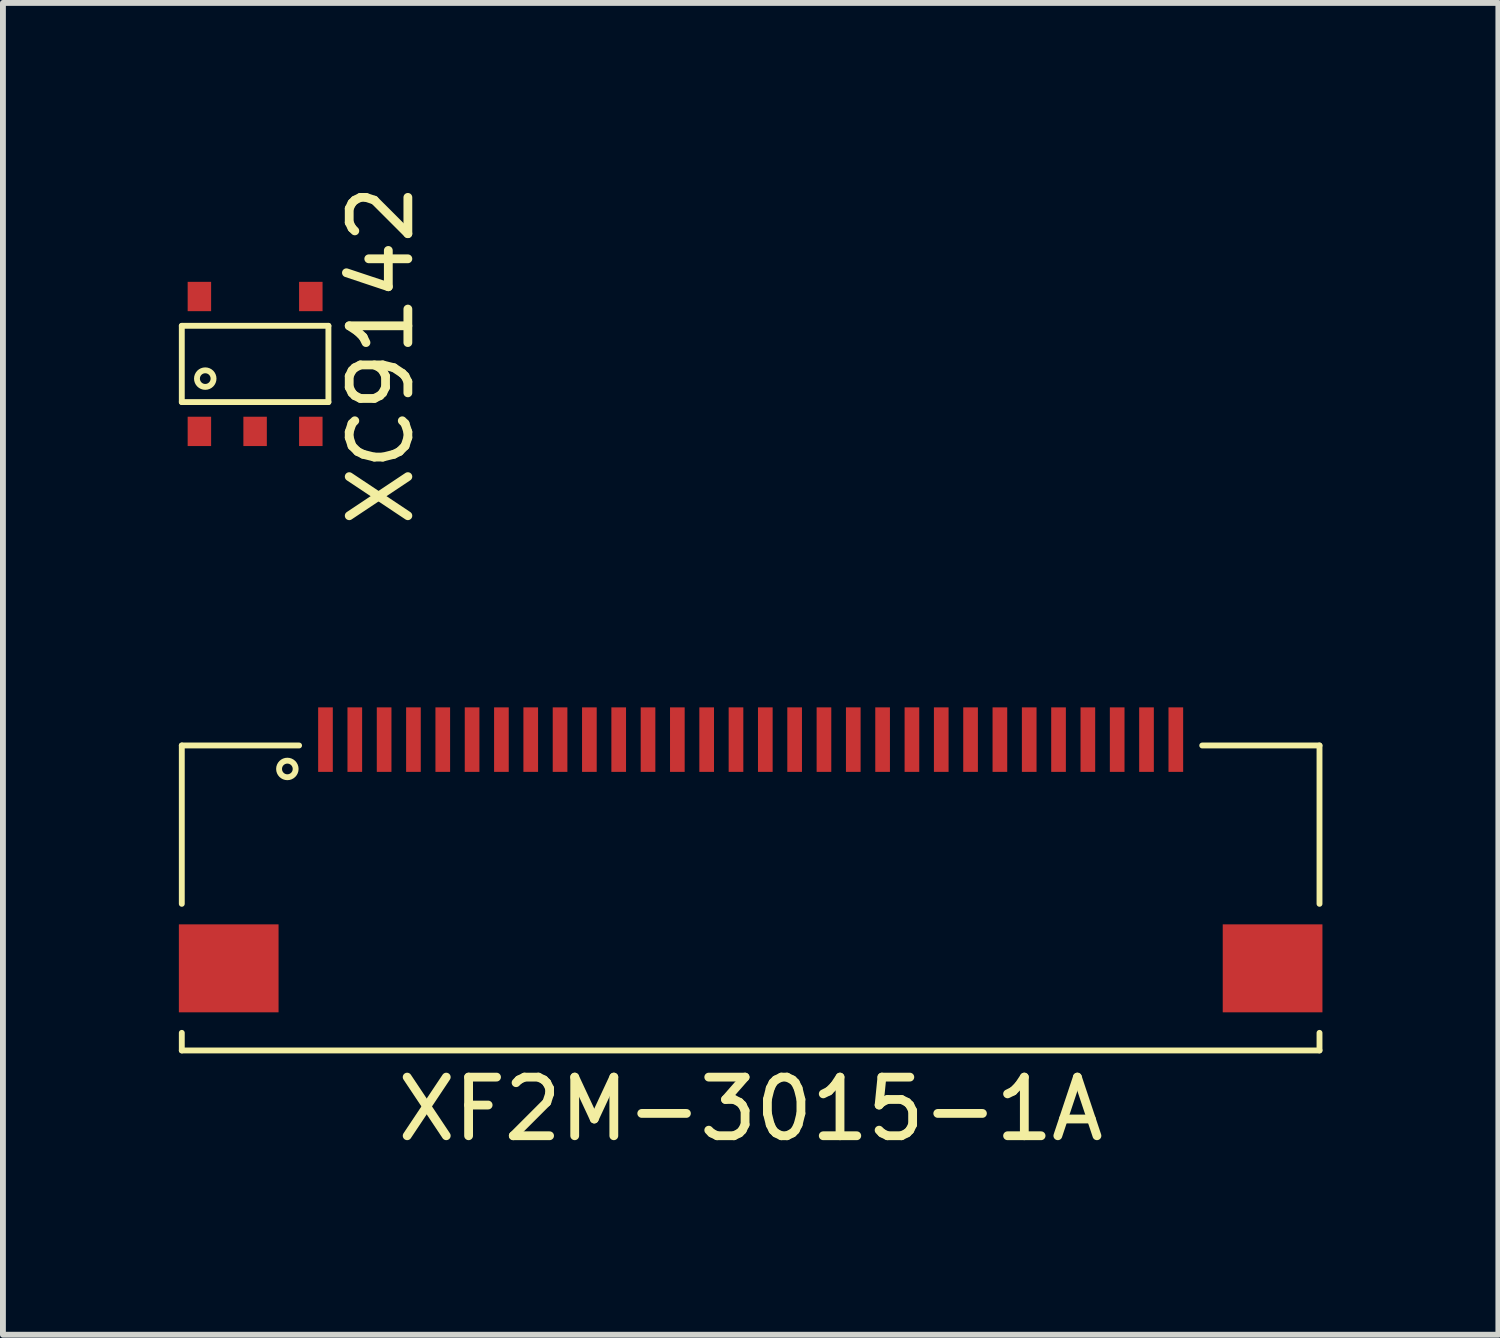
<source format=kicad_pcb>
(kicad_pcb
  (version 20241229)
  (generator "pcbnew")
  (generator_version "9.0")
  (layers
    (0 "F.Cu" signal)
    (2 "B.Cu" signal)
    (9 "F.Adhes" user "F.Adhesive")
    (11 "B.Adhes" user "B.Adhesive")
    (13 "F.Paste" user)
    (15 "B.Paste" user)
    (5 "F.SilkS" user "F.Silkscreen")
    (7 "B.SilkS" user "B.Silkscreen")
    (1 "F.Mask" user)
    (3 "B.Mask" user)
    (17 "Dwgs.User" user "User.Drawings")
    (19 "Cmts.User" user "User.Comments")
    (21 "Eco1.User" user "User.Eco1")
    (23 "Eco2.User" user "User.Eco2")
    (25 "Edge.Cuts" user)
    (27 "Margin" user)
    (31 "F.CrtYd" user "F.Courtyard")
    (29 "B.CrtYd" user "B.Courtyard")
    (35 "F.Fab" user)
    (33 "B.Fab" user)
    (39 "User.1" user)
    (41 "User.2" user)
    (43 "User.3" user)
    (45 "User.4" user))
  (footprint "XF2M-3015-1A"
    (layer "F.Cu")
    (at 9.75 9.562)
    (property "Reference" "XF2M-3015-1A" (at 0 6.3 0) (layer "F.SilkS") (effects (font (size 1 1) (thickness 0.15))))
    (attr through_hole)
    (fp_line (start -9.7 0.1) (end -9.7 2.8) (stroke (width 0.1) (type solid)) (layer "F.SilkS"))
    (fp_line (start -9.7 5) (end -9.7 5.3) (stroke (width 0.1) (type solid)) (layer "F.SilkS"))
    (fp_line (start -9.7 5.3) (end 9.7 5.3) (stroke (width 0.1) (type solid)) (layer "F.SilkS"))
    (fp_line (start -7.7 0.1) (end -9.7 0.1) (stroke (width 0.1) (type solid)) (layer "F.SilkS"))
    (fp_line (start 9.7 0.1) (end 7.7 0.1) (stroke (width 0.1) (type solid)) (layer "F.SilkS"))
    (fp_line (start 9.7 2.8) (end 9.7 0.1) (stroke (width 0.1) (type solid)) (layer "F.SilkS"))
    (fp_line (start 9.7 5.3) (end 9.7 5) (stroke (width 0.1) (type solid)) (layer "F.SilkS"))
    (fp_circle (center -7.9 0.5) (end -7.8 0.6) (stroke (width 0.1) (type solid)) (fill no) (layer "F.SilkS"))
    (pad "" smd rect (at -8.9 3.9) (size 1.7 1.5) (layers "F.Cu" "F.Mask" "F.Paste"))
    (pad "" smd rect (at 8.9 3.9) (size 1.7 1.5) (layers "F.Cu" "F.Mask" "F.Paste"))
    (pad "1" smd rect (at -7.25 0) (size 0.25 1.1) (layers "F.Cu" "F.Mask" "F.Paste"))
    (pad "2" smd rect (at -6.75 0) (size 0.25 1.1) (layers "F.Cu" "F.Mask" "F.Paste"))
    (pad "3" smd rect (at -6.25 0) (size 0.25 1.1) (layers "F.Cu" "F.Mask" "F.Paste"))
    (pad "4" smd rect (at -5.75 0) (size 0.25 1.1) (layers "F.Cu" "F.Mask" "F.Paste"))
    (pad "5" smd rect (at -5.25 0) (size 0.25 1.1) (layers "F.Cu" "F.Mask" "F.Paste"))
    (pad "6" smd rect (at -4.75 0) (size 0.25 1.1) (layers "F.Cu" "F.Mask" "F.Paste"))
    (pad "7" smd rect (at -4.25 0) (size 0.25 1.1) (layers "F.Cu" "F.Mask" "F.Paste"))
    (pad "8" smd rect (at -3.75 0) (size 0.25 1.1) (layers "F.Cu" "F.Mask" "F.Paste"))
    (pad "9" smd rect (at -3.25 0) (size 0.25 1.1) (layers "F.Cu" "F.Mask" "F.Paste"))
    (pad "10" smd rect (at -2.75 0) (size 0.25 1.1) (layers "F.Cu" "F.Mask" "F.Paste"))
    (pad "11" smd rect (at -2.25 0) (size 0.25 1.1) (layers "F.Cu" "F.Mask" "F.Paste"))
    (pad "12" smd rect (at -1.75 0) (size 0.25 1.1) (layers "F.Cu" "F.Mask" "F.Paste"))
    (pad "13" smd rect (at -1.25 0) (size 0.25 1.1) (layers "F.Cu" "F.Mask" "F.Paste"))
    (pad "14" smd rect (at -0.75 0) (size 0.25 1.1) (layers "F.Cu" "F.Mask" "F.Paste"))
    (pad "15" smd rect (at -0.25 0) (size 0.25 1.1) (layers "F.Cu" "F.Mask" "F.Paste"))
    (pad "16" smd rect (at 0.25 0) (size 0.25 1.1) (layers "F.Cu" "F.Mask" "F.Paste"))
    (pad "17" smd rect (at 0.75 0) (size 0.25 1.1) (layers "F.Cu" "F.Mask" "F.Paste"))
    (pad "18" smd rect (at 1.25 0) (size 0.25 1.1) (layers "F.Cu" "F.Mask" "F.Paste"))
    (pad "19" smd rect (at 1.75 0) (size 0.25 1.1) (layers "F.Cu" "F.Mask" "F.Paste"))
    (pad "20" smd rect (at 2.25 0) (size 0.25 1.1) (layers "F.Cu" "F.Mask" "F.Paste"))
    (pad "21" smd rect (at 2.75 0) (size 0.25 1.1) (layers "F.Cu" "F.Mask" "F.Paste"))
    (pad "22" smd rect (at 3.25 0) (size 0.25 1.1) (layers "F.Cu" "F.Mask" "F.Paste"))
    (pad "23" smd rect (at 3.75 0) (size 0.25 1.1) (layers "F.Cu" "F.Mask" "F.Paste"))
    (pad "24" smd rect (at 4.25 0) (size 0.25 1.1) (layers "F.Cu" "F.Mask" "F.Paste"))
    (pad "25" smd rect (at 4.75 0) (size 0.25 1.1) (layers "F.Cu" "F.Mask" "F.Paste"))
    (pad "26" smd rect (at 5.25 0) (size 0.25 1.1) (layers "F.Cu" "F.Mask" "F.Paste"))
    (pad "27" smd rect (at 5.75 0) (size 0.25 1.1) (layers "F.Cu" "F.Mask" "F.Paste"))
    (pad "28" smd rect (at 6.25 0) (size 0.25 1.1) (layers "F.Cu" "F.Mask" "F.Paste"))
    (pad "29" smd rect (at 6.75 0) (size 0.25 1.1) (layers "F.Cu" "F.Mask" "F.Paste"))
    (pad "30" smd rect (at 7.25 0) (size 0.25 1.1) (layers "F.Cu" "F.Mask" "F.Paste")))
  (footprint "XC9142"
    (layer "F.Cu")
    (at 0.35 4.306)
    (property "Reference" "XC9142" (at 3.1 -1.3 90) (layer "F.SilkS") (effects (font (size 1 1) (thickness 0.15))))
    (attr through_hole)
    (fp_line (start -0.3 -1.8) (end 2.2 -1.8) (stroke (width 0.1) (type solid)) (layer "F.SilkS"))
    (fp_line (start -0.3 -0.5) (end -0.3 -1.8) (stroke (width 0.1) (type solid)) (layer "F.SilkS"))
    (fp_line (start 2.2 -1.8) (end 2.2 -0.5) (stroke (width 0.1) (type solid)) (layer "F.SilkS"))
    (fp_line (start 2.2 -0.5) (end -0.3 -0.5) (stroke (width 0.1) (type solid)) (layer "F.SilkS"))
    (fp_circle (center 0.1 -0.9) (end 0 -0.8) (stroke (width 0.1) (type solid)) (fill no) (layer "F.SilkS"))
    (pad "1" smd rect (at 0 0) (size 0.4 0.5) (layers "F.Cu" "F.Mask" "F.Paste"))
    (pad "2" smd rect (at 0.95 0) (size 0.4 0.5) (layers "F.Cu" "F.Mask" "F.Paste"))
    (pad "3" smd rect (at 1.9 0) (size 0.4 0.5) (layers "F.Cu" "F.Mask" "F.Paste"))
    (pad "4" smd rect (at 1.9 -2.3) (size 0.4 0.5) (layers "F.Cu" "F.Mask" "F.Paste"))
    (pad "5" smd rect (at 0 -2.3) (size 0.4 0.5) (layers "F.Cu" "F.Mask" "F.Paste")))
  (gr_rect
    (start -3 -3)
    (end 22.5 19.71)
    (stroke (width 0.1) (type default))
    (fill no)
    (layer "Edge.Cuts")))
</source>
